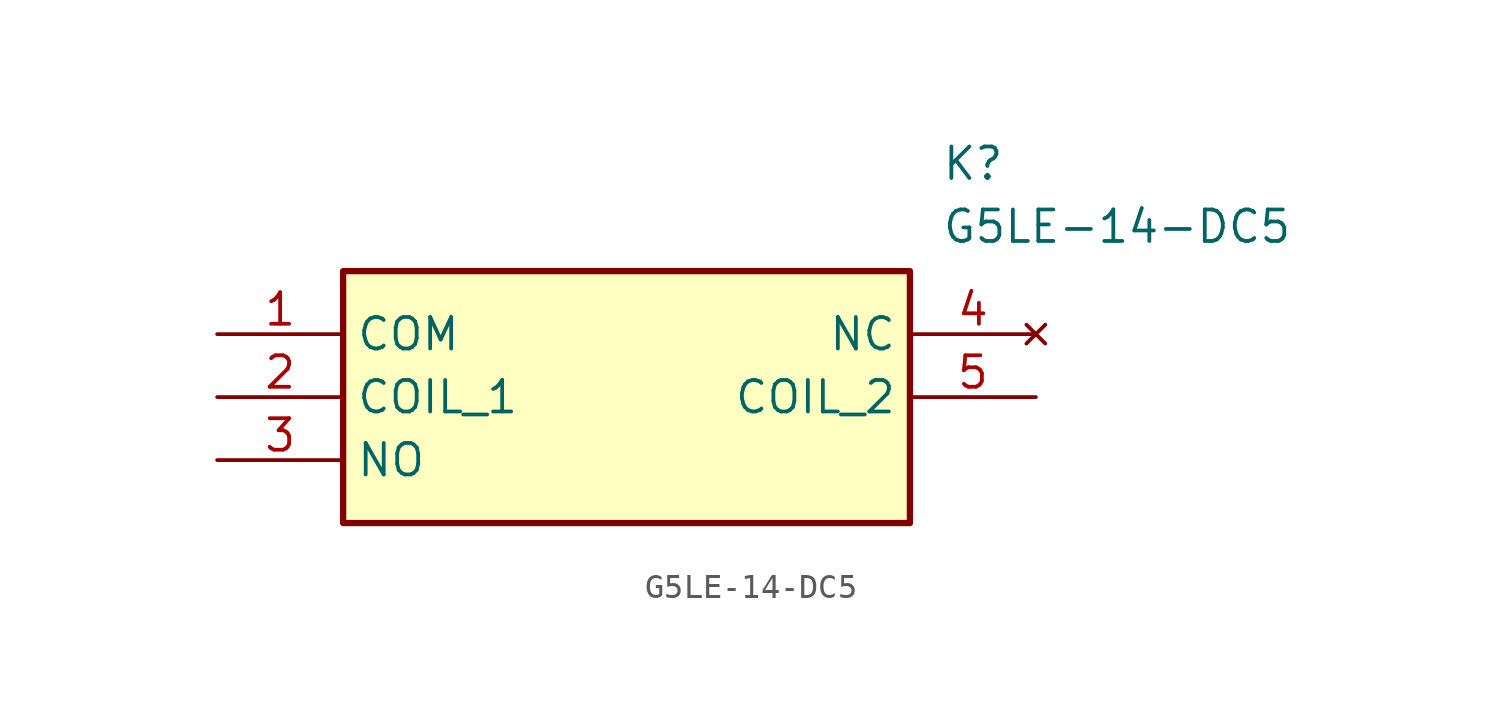
<source format=kicad_sym>
(kicad_symbol_lib
  (version 20211014)
  (generator SamacSys_ECAD_Model)
  (symbol "G5LE-14-DC5"
    (property "Reference" "K"
      (at 29.21 7.62 0)
      (effects (font (size 1.27 1.27)) (justify left top)))
    (property "Value" "G5LE-14-DC5"
      (at 29.21 5.08 0)
      (effects (font (size 1.27 1.27)) (justify left top)))
    (rectangle
      (start 5.08 2.54)
      (end 27.94 -7.62)
      (stroke (width 0.254) (type default))
      (fill (type background)))
    (pin passive line
      (at 0 0 0)
      (length 5.08)
      (name "COM" (effects (font (size 1.27 1.27))))
      (number "1" (effects (font (size 1.27 1.27)))))
    (pin passive line
      (at 0 -2.54 0)
      (length 5.08)
      (name "COIL_1" (effects (font (size 1.27 1.27))))
      (number "2" (effects (font (size 1.27 1.27)))))
    (pin passive line
      (at 0 -5.08 0)
      (length 5.08)
      (name "NO" (effects (font (size 1.27 1.27))))
      (number "3" (effects (font (size 1.27 1.27)))))
    (pin no_connect line
      (at 33.02 0 180)
      (length 5.08)
      (name "NC" (effects (font (size 1.27 1.27))))
      (number "4" (effects (font (size 1.27 1.27)))))
    (pin passive line
      (at 33.02 -2.54 180)
      (length 5.08)
      (name "COIL_2" (effects (font (size 1.27 1.27))))
      (number "5" (effects (font (size 1.27 1.27)))))))
</source>
